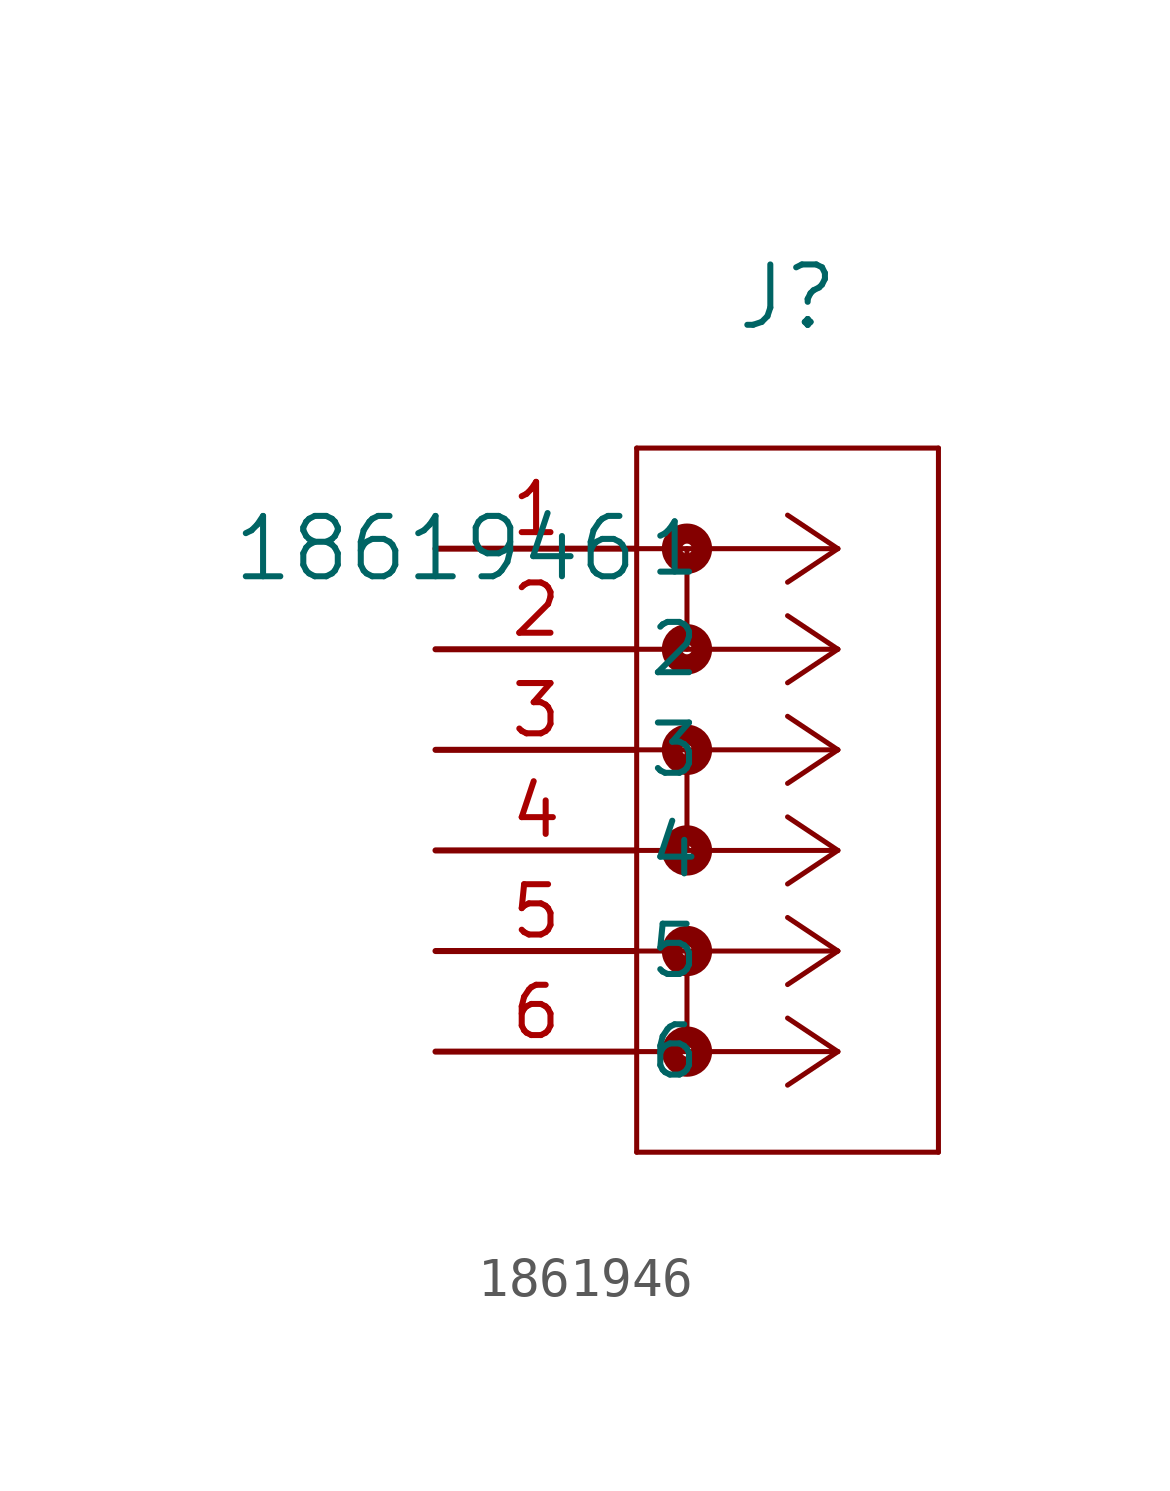
<source format=kicad_sym>
(kicad_symbol_lib
  (version 20211014)
  (generator kicad_symbol_editor)
  (symbol "1861946"
    (pin_names
      (offset 0.254))
    (property "Reference" "J"
      (at 8.89 6.35 0)
      (effects (font (size 1.524 1.524))))
    (property "Value" "1861946"
      (at 0 0 0)
      (effects (font (size 1.524 1.524))))
    (symbol "1861946_0_1"
      (polyline (pts (xy 10.16 0) (xy 5.08 0)) (stroke (width 0.127) (type default) (color 0 0 0 0)) (fill (type none)))
      (polyline (pts (xy 10.16 -2.54) (xy 5.08 -2.54)) (stroke (width 0.127) (type default) (color 0 0 0 0)) (fill (type none)))
      (polyline (pts (xy 10.16 -5.08) (xy 5.08 -5.08)) (stroke (width 0.127) (type default) (color 0 0 0 0)) (fill (type none)))
      (polyline (pts (xy 10.16 -7.62) (xy 5.08 -7.62)) (stroke (width 0.127) (type default) (color 0 0 0 0)) (fill (type none)))
      (polyline (pts (xy 10.16 0) (xy 8.89 0.847)) (stroke (width 0.127) (type default) (color 0 0 0 0)) (fill (type none)))
      (polyline (pts (xy 10.16 -2.54) (xy 8.89 -1.693)) (stroke (width 0.127) (type default) (color 0 0 0 0)) (fill (type none)))
      (polyline (pts (xy 10.16 -5.08) (xy 8.89 -4.233)) (stroke (width 0.127) (type default) (color 0 0 0 0)) (fill (type none)))
      (polyline (pts (xy 10.16 -7.62) (xy 8.89 -6.773)) (stroke (width 0.127) (type default) (color 0 0 0 0)) (fill (type none)))
      (polyline (pts (xy 10.16 0) (xy 8.89 -0.847)) (stroke (width 0.127) (type default) (color 0 0 0 0)) (fill (type none)))
      (polyline (pts (xy 10.16 -2.54) (xy 8.89 -3.387)) (stroke (width 0.127) (type default) (color 0 0 0 0)) (fill (type none)))
      (polyline (pts (xy 10.16 -5.08) (xy 8.89 -5.927)) (stroke (width 0.127) (type default) (color 0 0 0 0)) (fill (type none)))
      (polyline (pts (xy 10.16 -7.62) (xy 8.89 -8.467)) (stroke (width 0.127) (type default) (color 0 0 0 0)) (fill (type none)))
      (circle (center 6.35 0) (radius 0.127) (stroke (width 0.508) (type default) (color 0 0 0 0)) (fill (type none)))
      (circle (center 6.35 -2.54) (radius 0.127) (stroke (width 0.508) (type default) (color 0 0 0 0)) (fill (type none)))
      (circle (center 6.35 -5.08) (radius 0.127) (stroke (width 0.508) (type default) (color 0 0 0 0)) (fill (type none)))
      (circle (center 6.35 -7.62) (radius 0.127) (stroke (width 0.508) (type default) (color 0 0 0 0)) (fill (type none)))
      (polyline (pts (xy 6.35 0) (xy 6.35 -2.54)) (stroke (width 0.127) (type default) (color 0 0 0 0)) (fill (type none)))
      (polyline (pts (xy 10.16 -10.16) (xy 5.08 -10.16)) (stroke (width 0.127) (type default) (color 0 0 0 0)) (fill (type none)))
      (polyline (pts (xy 5.08 2.54) (xy 5.08 -15.24)) (stroke (width 0.127) (type default) (color 0 0 0 0)) (fill (type none)))
      (polyline (pts (xy 5.08 -15.24) (xy 12.7 -15.24)) (stroke (width 0.127) (type default) (color 0 0 0 0)) (fill (type none)))
      (polyline (pts (xy 12.7 -15.24) (xy 12.7 2.54)) (stroke (width 0.127) (type default) (color 0 0 0 0)) (fill (type none)))
      (polyline (pts (xy 12.7 2.54) (xy 5.08 2.54)) (stroke (width 0.127) (type default) (color 0 0 0 0)) (fill (type none)))
      (polyline (pts (xy 6.35 -5.08) (xy 6.35 -7.62)) (stroke (width 0.127) (type default) (color 0 0 0 0)) (fill (type none)))
      (polyline (pts (xy 10.16 -12.7) (xy 5.08 -12.7)) (stroke (width 0.127) (type default) (color 0 0 0 0)) (fill (type none)))
      (polyline (pts (xy 10.16 -10.16) (xy 8.89 -9.313)) (stroke (width 0.127) (type default) (color 0 0 0 0)) (fill (type none)))
      (polyline (pts (xy 10.16 -12.7) (xy 8.89 -11.853)) (stroke (width 0.127) (type default) (color 0 0 0 0)) (fill (type none)))
      (polyline (pts (xy 10.16 -10.16) (xy 8.89 -11.007)) (stroke (width 0.127) (type default) (color 0 0 0 0)) (fill (type none)))
      (polyline (pts (xy 10.16 -12.7) (xy 8.89 -13.547)) (stroke (width 0.127) (type default) (color 0 0 0 0)) (fill (type none)))
      (circle (center 6.35 -10.16) (radius 0.127) (stroke (width 0.508) (type default) (color 0 0 0 0)) (fill (type none)))
      (circle (center 6.35 -12.7) (radius 0.127) (stroke (width 0.508) (type default) (color 0 0 0 0)) (fill (type none)))
      (polyline (pts (xy 6.35 -10.16) (xy 6.35 -12.7)) (stroke (width 0.127) (type default) (color 0 0 0 0)) (fill (type none)))
      (pin unspecified line (at 0 0 0) (length 5.08) (name "1" (effects (font (size 1.27 1.27)))) (number "1" (effects (font (size 1.27 1.27)))))
      (pin unspecified line (at 0 -2.54 0) (length 5.08) (name "2" (effects (font (size 1.27 1.27)))) (number "2" (effects (font (size 1.27 1.27)))))
      (pin unspecified line (at 0 -5.08 0) (length 5.08) (name "3" (effects (font (size 1.27 1.27)))) (number "3" (effects (font (size 1.27 1.27)))))
      (pin unspecified line (at 0 -7.62 0) (length 5.08) (name "4" (effects (font (size 1.27 1.27)))) (number "4" (effects (font (size 1.27 1.27)))))
      (pin unspecified line (at 0 -10.16 0) (length 5.08) (name "5" (effects (font (size 1.27 1.27)))) (number "5" (effects (font (size 1.27 1.27)))))
      (pin unspecified line (at 0 -12.7 0) (length 5.08) (name "6" (effects (font (size 1.27 1.27)))) (number "6" (effects (font (size 1.27 1.27))))))))
</source>
